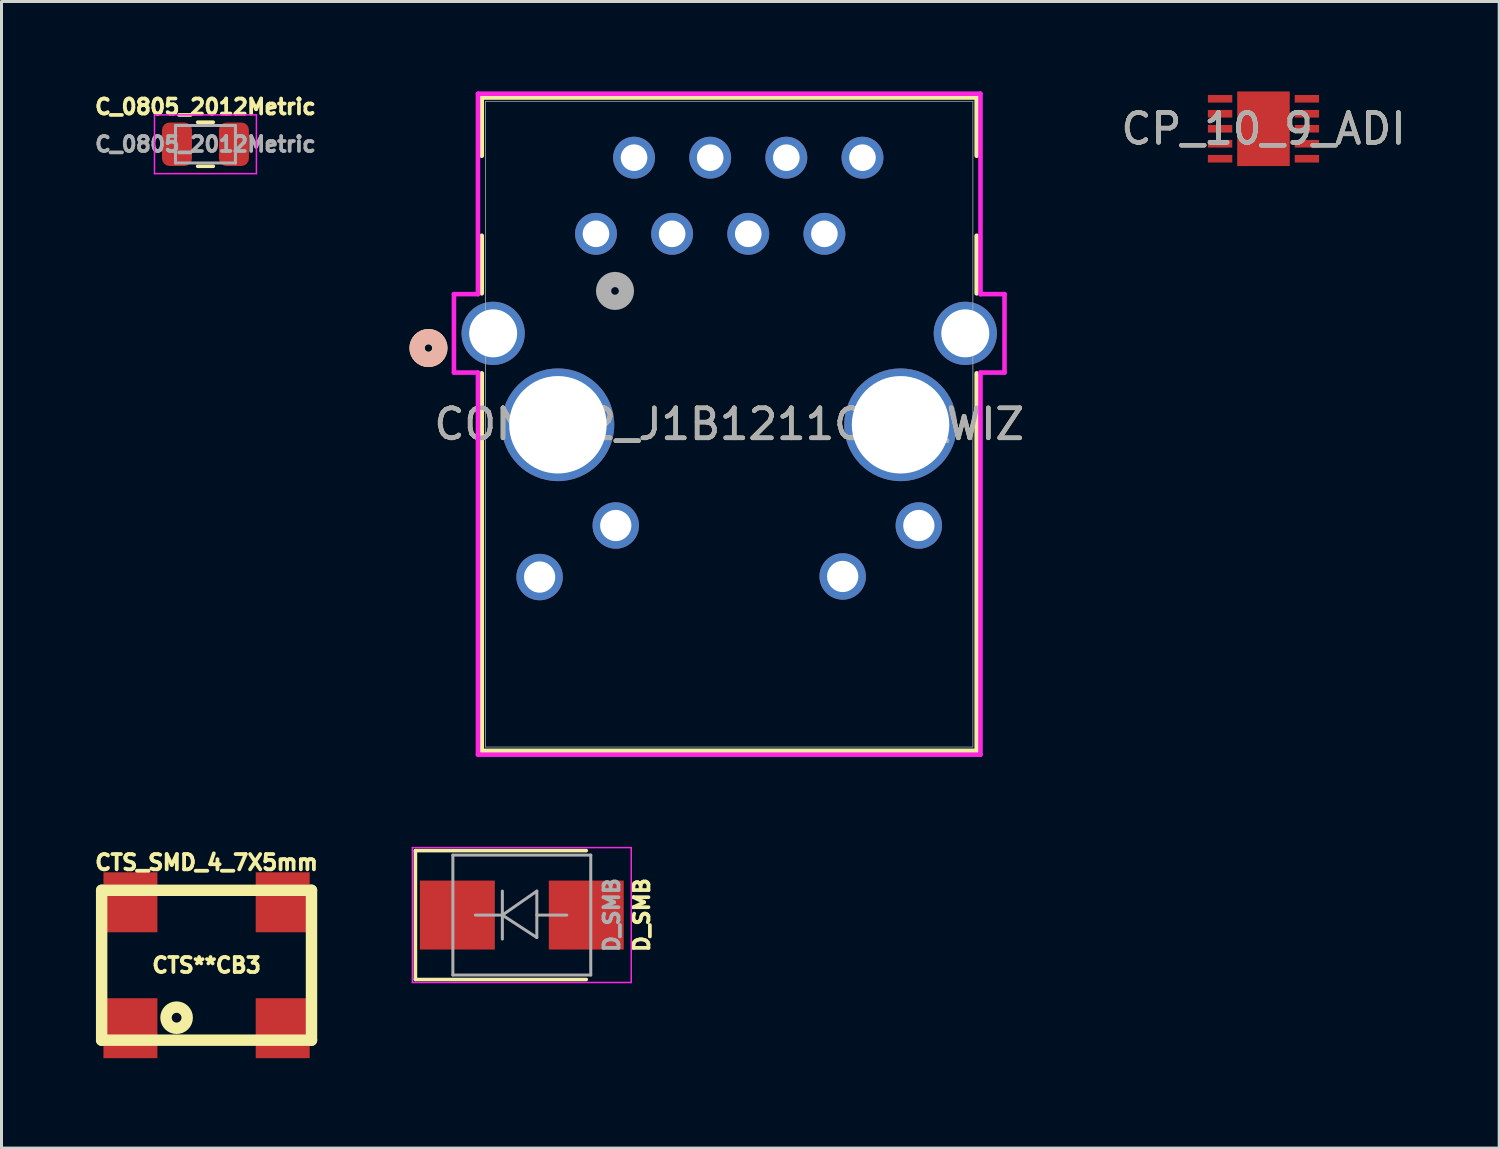
<source format=kicad_pcb>
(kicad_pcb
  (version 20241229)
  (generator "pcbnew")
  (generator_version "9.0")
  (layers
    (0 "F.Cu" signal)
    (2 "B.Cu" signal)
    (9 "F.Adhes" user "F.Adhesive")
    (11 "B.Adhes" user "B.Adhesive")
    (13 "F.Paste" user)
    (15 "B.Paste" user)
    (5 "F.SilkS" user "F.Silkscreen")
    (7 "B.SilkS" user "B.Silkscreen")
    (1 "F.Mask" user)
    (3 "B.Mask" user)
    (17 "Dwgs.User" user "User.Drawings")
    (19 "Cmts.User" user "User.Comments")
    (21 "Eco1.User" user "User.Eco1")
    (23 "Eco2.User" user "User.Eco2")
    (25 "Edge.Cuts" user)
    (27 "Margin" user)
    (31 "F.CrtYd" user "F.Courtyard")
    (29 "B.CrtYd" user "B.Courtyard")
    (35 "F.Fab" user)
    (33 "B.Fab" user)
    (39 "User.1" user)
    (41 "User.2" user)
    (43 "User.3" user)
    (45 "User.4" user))
  (footprint "D_SMB"
    (layer "F.Cu")
    (at 14.357 27.475)
    (property "Reference" "D_SMB" (at 4 0 90) (layer "F.SilkS") (effects (font (size 0.5 0.5) (thickness 0.125) (bold yes))))
    (attr smd)
    (fp_line (start -3.55 -2.15) (end -3.55 2.15) (stroke (width 0.12) (type solid)) (layer "F.SilkS"))
    (fp_line (start -3.55 -2.15) (end 2.15 -2.15) (stroke (width 0.12) (type solid)) (layer "F.SilkS"))
    (fp_line (start -3.55 2.15) (end 2.15 2.15) (stroke (width 0.12) (type solid)) (layer "F.SilkS"))
    (fp_line (start -3.65 -2.25) (end 3.65 -2.25) (stroke (width 0.05) (type solid)) (layer "F.CrtYd"))
    (fp_line (start -3.65 2.25) (end -3.65 -2.25) (stroke (width 0.05) (type solid)) (layer "F.CrtYd"))
    (fp_line (start 3.65 -2.25) (end 3.65 2.25) (stroke (width 0.05) (type solid)) (layer "F.CrtYd"))
    (fp_line (start 3.65 2.25) (end -3.65 2.25) (stroke (width 0.05) (type solid)) (layer "F.CrtYd"))
    (fp_line (start -2.3 2) (end -2.3 -2) (stroke (width 0.1) (type solid)) (layer "F.Fab"))
    (fp_line (start -0.649 -0.799) (end -0.649 0.801) (stroke (width 0.1) (type solid)) (layer "F.Fab"))
    (fp_line (start -0.649 0.001) (end -1.551 0.001) (stroke (width 0.1) (type solid)) (layer "F.Fab"))
    (fp_line (start -0.649 0.001) (end 0.501 -0.799) (stroke (width 0.1) (type solid)) (layer "F.Fab"))
    (fp_line (start -0.649 0.001) (end 0.501 0.75) (stroke (width 0.1) (type solid)) (layer "F.Fab"))
    (fp_line (start 0.501 0.001) (end 1.499 0.001) (stroke (width 0.1) (type solid)) (layer "F.Fab"))
    (fp_line (start 0.501 0.75) (end 0.501 -0.799) (stroke (width 0.1) (type solid)) (layer "F.Fab"))
    (fp_line (start 2.3 -2) (end -2.3 -2) (stroke (width 0.1) (type solid)) (layer "F.Fab"))
    (fp_line (start 2.3 -2) (end 2.3 2) (stroke (width 0.1) (type solid)) (layer "F.Fab"))
    (fp_line (start 2.3 2) (end -2.3 2) (stroke (width 0.1) (type solid)) (layer "F.Fab"))
    (fp_text user "${REFERENCE}" (at 3 0 90) (layer "F.Fab") (effects (font (size 0.5 0.5) (thickness 0.125) (bold yes))))
    (pad "1" smd rect (at -2.15 0) (size 2.5 2.3) (layers "F.Cu" "F.Mask" "F.Paste"))
    (pad "2" smd rect (at 2.15 0) (size 2.5 2.3) (layers "F.Cu" "F.Mask" "F.Paste")))
  (footprint "C_0805_2012Metric"
    (layer "F.Cu")
    (at 3.804 1.762)
    (property "Reference" "C_0805_2012Metric" (at 0 -1.25 0) (layer "F.SilkS") (effects (font (size 0.5 0.5) (thickness 0.125))))
    (attr smd)
    (fp_line (start -0.261 -0.735) (end 0.261 -0.735) (stroke (width 0.12) (type solid)) (layer "F.SilkS"))
    (fp_line (start -0.261 0.735) (end 0.261 0.735) (stroke (width 0.12) (type solid)) (layer "F.SilkS"))
    (fp_line (start -1.7 -0.98) (end 1.7 -0.98) (stroke (width 0.05) (type solid)) (layer "F.CrtYd"))
    (fp_line (start -1.7 0.98) (end -1.7 -0.98) (stroke (width 0.05) (type solid)) (layer "F.CrtYd"))
    (fp_line (start 1.7 -0.98) (end 1.7 0.98) (stroke (width 0.05) (type solid)) (layer "F.CrtYd"))
    (fp_line (start 1.7 0.98) (end -1.7 0.98) (stroke (width 0.05) (type solid)) (layer "F.CrtYd"))
    (fp_line (start -1 -0.625) (end 1 -0.625) (stroke (width 0.1) (type solid)) (layer "F.Fab"))
    (fp_line (start -1 0.625) (end -1 -0.625) (stroke (width 0.1) (type solid)) (layer "F.Fab"))
    (fp_line (start 1 -0.625) (end 1 0.625) (stroke (width 0.1) (type solid)) (layer "F.Fab"))
    (fp_line (start 1 0.625) (end -1 0.625) (stroke (width 0.1) (type solid)) (layer "F.Fab"))
    (fp_text user "${REFERENCE}" (at 0 0 0) (layer "F.Fab") (effects (font (size 0.5 0.5) (thickness 0.125))))
    (pad "1" smd roundrect (at -0.95 0) (size 1 1.45) (layers "F.Cu" "F.Mask" "F.Paste") (roundrect_rratio 0.25))
    (pad "2" smd roundrect (at 0.95 0) (size 1 1.45) (layers "F.Cu" "F.Mask" "F.Paste") (roundrect_rratio 0.25)))
  (footprint "CONN12_J1B1211CCD_WIZ"
    (layer "F.Cu")
    (at 17.466 8.54)
    (property "Reference" "CONN12_J1B1211CCD_WIZ" (at 3.81 2.56 0) (unlocked yes) (layer "F.SilkS") (effects (font (size 1 1) (thickness 0.15))))
    (attr through_hole)
    (fp_line (start -4.445 -8.337) (end -4.445 -6.394) (stroke (width 0.152) (type solid)) (layer "F.SilkS"))
    (fp_line (start -4.445 -3.726) (end -4.445 -1.804) (stroke (width 0.152) (type solid)) (layer "F.SilkS"))
    (fp_line (start -4.445 0.864) (end -4.445 13.457) (stroke (width 0.152) (type solid)) (layer "F.SilkS"))
    (fp_line (start -4.445 13.457) (end 12.065 13.457) (stroke (width 0.152) (type solid)) (layer "F.SilkS"))
    (fp_line (start 12.065 -8.337) (end -4.445 -8.337) (stroke (width 0.152) (type solid)) (layer "F.SilkS"))
    (fp_line (start 12.065 -6.394) (end 12.065 -8.337) (stroke (width 0.152) (type solid)) (layer "F.SilkS"))
    (fp_line (start 12.065 -1.804) (end 12.065 -3.726) (stroke (width 0.152) (type solid)) (layer "F.SilkS"))
    (fp_line (start 12.065 13.457) (end 12.065 0.864) (stroke (width 0.152) (type solid)) (layer "F.SilkS"))
    (fp_circle (center -6.223 0.02) (end -5.842 0.02) (stroke (width 0.508) (type solid)) (fill no) (layer "F.SilkS"))
    (fp_circle (center -6.223 0.02) (end -5.842 0.02) (stroke (width 0.508) (type solid)) (fill no) (layer "B.SilkS"))
    (fp_line (start -5.373 -1.778) (end -5.373 0.838) (stroke (width 0.152) (type solid)) (layer "F.CrtYd"))
    (fp_line (start -5.373 0.838) (end -4.572 0.838) (stroke (width 0.152) (type solid)) (layer "F.CrtYd"))
    (fp_line (start -4.572 -8.464) (end -4.572 -1.778) (stroke (width 0.152) (type solid)) (layer "F.CrtYd"))
    (fp_line (start -4.572 -1.778) (end -5.373 -1.778) (stroke (width 0.152) (type solid)) (layer "F.CrtYd"))
    (fp_line (start -4.572 0.838) (end -4.572 13.584) (stroke (width 0.152) (type solid)) (layer "F.CrtYd"))
    (fp_line (start -4.572 13.584) (end 12.192 13.584) (stroke (width 0.152) (type solid)) (layer "F.CrtYd"))
    (fp_line (start 12.192 -8.464) (end -4.572 -8.464) (stroke (width 0.152) (type solid)) (layer "F.CrtYd"))
    (fp_line (start 12.192 -1.778) (end 12.192 -8.464) (stroke (width 0.152) (type solid)) (layer "F.CrtYd"))
    (fp_line (start 12.192 0.838) (end 12.993 0.838) (stroke (width 0.152) (type solid)) (layer "F.CrtYd"))
    (fp_line (start 12.192 13.584) (end 12.192 0.838) (stroke (width 0.152) (type solid)) (layer "F.CrtYd"))
    (fp_line (start 12.993 -1.778) (end 12.192 -1.778) (stroke (width 0.152) (type solid)) (layer "F.CrtYd"))
    (fp_line (start 12.993 0.838) (end 12.993 -1.778) (stroke (width 0.152) (type solid)) (layer "F.CrtYd"))
    (fp_line (start -4.318 -8.21) (end -4.318 13.33) (stroke (width 0.025) (type solid)) (layer "F.Fab"))
    (fp_line (start -4.318 13.33) (end 11.938 13.33) (stroke (width 0.025) (type solid)) (layer "F.Fab"))
    (fp_line (start 11.938 -8.21) (end -4.318 -8.21) (stroke (width 0.025) (type solid)) (layer "F.Fab"))
    (fp_line (start 11.938 13.33) (end 11.938 -8.21) (stroke (width 0.025) (type solid)) (layer "F.Fab"))
    (fp_circle (center 0 -1.885) (end 0.381 -1.885) (stroke (width 0.508) (type solid)) (fill no) (layer "F.Fab"))
    (fp_text user "${REFERENCE}" (at 3.81 2.56 0) (unlocked yes) (layer "F.Fab") (effects (font (size 1 1) (thickness 0.15))))
    (pad "1" thru_hole circle (at -0.635 -3.79) (size 1.397 1.397) (drill 0.889) (layers "*.Cu" "*.Mask"))
    (pad "2" thru_hole circle (at 0.635 -6.33) (size 1.397 1.397) (drill 0.889) (layers "*.Cu" "*.Mask"))
    (pad "3" thru_hole circle (at 1.905 -3.79) (size 1.397 1.397) (drill 0.889) (layers "*.Cu" "*.Mask"))
    (pad "4" thru_hole circle (at 3.175 -6.33) (size 1.397 1.397) (drill 0.889) (layers "*.Cu" "*.Mask"))
    (pad "5" thru_hole circle (at 4.445 -3.79) (size 1.397 1.397) (drill 0.889) (layers "*.Cu" "*.Mask"))
    (pad "6" thru_hole circle (at 5.715 -6.33) (size 1.397 1.397) (drill 0.889) (layers "*.Cu" "*.Mask"))
    (pad "7" thru_hole circle (at 6.985 -3.79) (size 1.397 1.397) (drill 0.889) (layers "*.Cu" "*.Mask"))
    (pad "8" thru_hole circle (at 8.255 -6.33) (size 1.397 1.397) (drill 0.889) (layers "*.Cu" "*.Mask"))
    (pad "9" thru_hole circle (at -2.515 7.66) (size 1.549 1.549) (drill 1.041) (layers "*.Cu" "*.Mask"))
    (pad "10" thru_hole circle (at 0.025 5.94) (size 1.549 1.549) (drill 1.041) (layers "*.Cu" "*.Mask"))
    (pad "11" thru_hole circle (at 7.595 7.64) (size 1.549 1.549) (drill 1.041) (layers "*.Cu" "*.Mask"))
    (pad "12" thru_hole circle (at 10.135 5.94) (size 1.549 1.549) (drill 1.041) (layers "*.Cu" "*.Mask"))
    (pad "13" thru_hole circle (at -4.065 -0.47 90) (size 2.108 2.108) (drill 1.6) (layers "*.Cu" "*.Mask"))
    (pad "14" thru_hole circle (at -1.905 2.58 90) (size 3.759 3.759) (drill 3.251) (layers "*.Cu" "*.Mask"))
    (pad "15" thru_hole circle (at 9.525 2.58 90) (size 3.759 3.759) (drill 3.251) (layers "*.Cu" "*.Mask"))
    (pad "16" thru_hole circle (at 11.685 -0.47 90) (size 2.108 2.108) (drill 1.6) (layers "*.Cu" "*.Mask")))
  (footprint "CP_10_9_ADI"
    (layer "F.Cu")
    (at 39.098 1.245)
    (property "Reference" "CP_10_9_ADI" (at 0 0 0) (unlocked yes) (layer "F.SilkS") (effects (font (size 1 1) (thickness 0.15))))
    (attr smd)
    (fp_text user "${REFERENCE}" (at 0 0 0) (unlocked yes) (layer "F.Fab") (effects (font (size 1 1) (thickness 0.15))))
    (pad "1" smd rect (at -1.448 -1) (size 0.813 0.254) (layers "F.Cu" "F.Mask" "F.Paste"))
    (pad "2" smd rect (at -1.448 -0.5) (size 0.813 0.254) (layers "F.Cu" "F.Mask" "F.Paste"))
    (pad "3" smd rect (at -1.448 0) (size 0.813 0.254) (layers "F.Cu" "F.Mask" "F.Paste"))
    (pad "4" smd rect (at -1.448 0.5) (size 0.813 0.254) (layers "F.Cu" "F.Mask" "F.Paste"))
    (pad "5" smd rect (at -1.448 1) (size 0.813 0.254) (layers "F.Cu" "F.Mask" "F.Paste"))
    (pad "6" smd rect (at 1.448 1) (size 0.813 0.254) (layers "F.Cu" "F.Mask" "F.Paste"))
    (pad "7" smd rect (at 1.448 0.5) (size 0.813 0.254) (layers "F.Cu" "F.Mask" "F.Paste"))
    (pad "8" smd rect (at 1.448 0) (size 0.813 0.254) (layers "F.Cu" "F.Mask" "F.Paste"))
    (pad "9" smd rect (at 1.448 -0.5) (size 0.813 0.254) (layers "F.Cu" "F.Mask" "F.Paste"))
    (pad "10" smd rect (at 1.448 -1) (size 0.813 0.254) (layers "F.Cu" "F.Mask" "F.Paste"))
    (pad "11" smd rect (at 0 0) (size 1.753 2.489) (layers "F.Cu" "F.Mask" "F.Paste")))
  (footprint "CTS_SMD_4_7X5mm"
    (layer "F.Cu")
    (at 3.841 29.149)
    (property "Reference" "CTS_SMD_4_7X5mm" (at 0 -3.429 0) (layer "F.SilkS") (effects (font (size 0.508 0.508) (thickness 0.127))))
    (attr through_hole)
    (fp_line (start -3.5 -2.5) (end -3.5 2.5) (stroke (width 0.381) (type solid)) (layer "F.SilkS"))
    (fp_line (start -3.5 2.5) (end 3.5 2.5) (stroke (width 0.381) (type solid)) (layer "F.SilkS"))
    (fp_line (start 3.5 -2.5) (end -3.5 -2.5) (stroke (width 0.381) (type solid)) (layer "F.SilkS"))
    (fp_line (start 3.5 2.5) (end 3.5 -2.5) (stroke (width 0.381) (type solid)) (layer "F.SilkS"))
    (fp_circle (center -1 1.75) (end -0.75 1.5) (stroke (width 0.381) (type solid)) (fill no) (layer "F.SilkS"))
    (fp_text user "CTS**CB3" (at 0 0 0) (layer "F.SilkS") (effects (font (size 0.5 0.5) (thickness 0.125))))
    (pad "1" smd rect (at -2.54 2.1) (size 1.8 2) (layers "F.Cu" "F.Mask" "F.Paste"))
    (pad "2" smd rect (at 2.54 2.1) (size 1.8 2) (layers "F.Cu" "F.Mask" "F.Paste"))
    (pad "3" smd rect (at 2.54 -2.1) (size 1.8 2) (layers "F.Cu" "F.Mask" "F.Paste"))
    (pad "4" smd rect (at -2.54 -2.1) (size 1.8 2) (layers "F.Cu" "F.Mask" "F.Paste")))
  (gr_rect
    (start -3 -3)
    (end 46.961 35.249)
    (stroke (width 0.1) (type default))
    (fill no)
    (layer "Edge.Cuts")))
</source>
